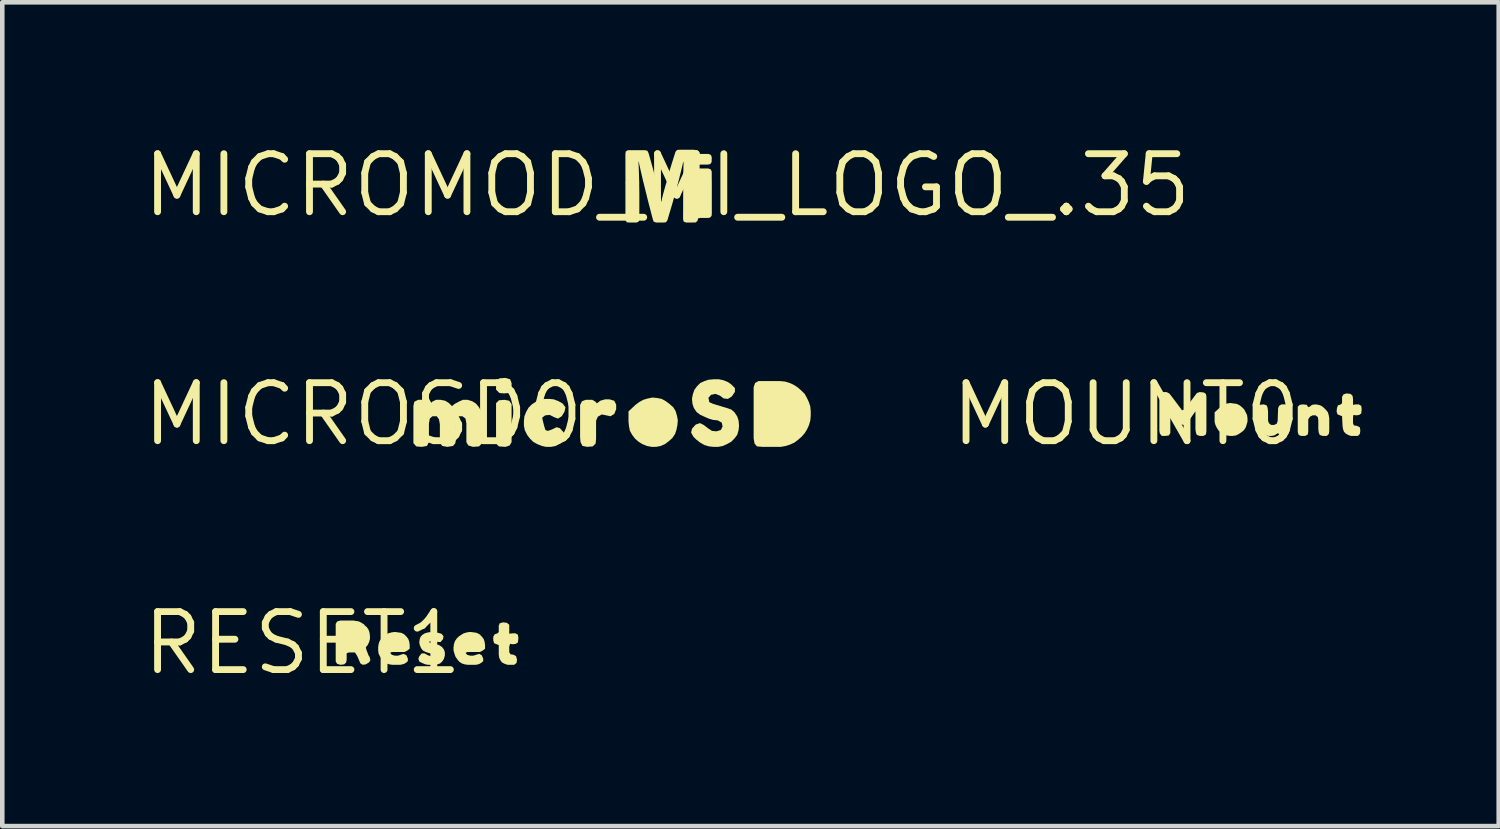
<source format=kicad_pcb>
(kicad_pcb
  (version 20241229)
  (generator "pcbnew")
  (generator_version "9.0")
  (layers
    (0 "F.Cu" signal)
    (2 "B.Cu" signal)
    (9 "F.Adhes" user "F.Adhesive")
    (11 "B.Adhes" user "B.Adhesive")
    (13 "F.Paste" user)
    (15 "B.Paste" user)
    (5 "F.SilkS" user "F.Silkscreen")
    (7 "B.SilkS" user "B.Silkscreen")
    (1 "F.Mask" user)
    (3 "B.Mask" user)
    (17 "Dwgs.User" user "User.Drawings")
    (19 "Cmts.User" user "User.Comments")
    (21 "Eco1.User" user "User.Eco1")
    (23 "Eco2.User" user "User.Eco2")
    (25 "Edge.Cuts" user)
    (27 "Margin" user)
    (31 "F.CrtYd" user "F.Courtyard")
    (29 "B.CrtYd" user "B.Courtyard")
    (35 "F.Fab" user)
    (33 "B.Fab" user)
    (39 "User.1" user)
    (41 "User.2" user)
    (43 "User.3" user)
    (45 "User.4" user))
  (footprint "MOUNT0"
    (layer "F.Cu")
    (at 21.609 6.019)
    (property "Reference" "MOUNT0" (at 0 0 0) (layer "F.SilkS") (effects (font (size 1.27 1.27) (thickness 0.15))))
    (fp_poly (pts (xy 2.351 -0.235) (xy 2.422 -0.225) (xy 2.483 -0.194) (xy 2.533 -0.154) (xy 2.584 -0.103) (xy 2.645 0.018) (xy 2.655 0.09) (xy 2.655 0.161) (xy 2.635 0.231) (xy 2.615 0.292) (xy 2.574 0.353) (xy 2.523 0.394) (xy 2.463 0.434) (xy 2.402 0.465) (xy 2.33 0.475) (xy 2.27 0.475) (xy 2.199 0.465) (xy 2.142 0.446) (xy 2.142 0.447) (xy 2.138 0.445) (xy 2.133 0.443) (xy 2.133 0.442) (xy 2.077 0.404) (xy 2.026 0.363) (xy 1.986 0.303) (xy 1.955 0.242) (xy 1.935 0.171) (xy 1.935 -0.042) (xy 2.037 -0.134) (xy 2.087 -0.184) (xy 2.148 -0.215) (xy 2.209 -0.235) (xy 2.28 -0.245)) (stroke (width 0) (type solid)) (fill yes) (layer "F.SilkS"))
    (fp_poly (pts (xy 4.211 -0.205) (xy 4.272 -0.184) (xy 4.323 -0.144) (xy 4.374 -0.093) (xy 4.415 -0.042) (xy 4.435 0.029) (xy 4.445 0.09) (xy 4.445 0.37) (xy 4.435 0.432) (xy 4.392 0.475) (xy 4.299 0.475) (xy 4.236 0.454) (xy 4.215 0.401) (xy 4.205 0.33) (xy 4.205 0.13) (xy 4.195 0.063) (xy 4.148 0.025) (xy 4.081 0.025) (xy 4.023 0.054) (xy 3.985 0.112) (xy 3.985 0.38) (xy 3.975 0.443) (xy 3.921 0.475) (xy 3.829 0.475) (xy 3.776 0.454) (xy 3.755 0.391) (xy 3.755 -0.162) (xy 3.798 -0.205) (xy 3.87 -0.215) (xy 3.953 -0.205) (xy 3.982 -0.156) (xy 4.018 -0.165) (xy 4.068 -0.205) (xy 4.14 -0.215)) (stroke (width 0) (type solid)) (fill yes) (layer "F.SilkS"))
    (fp_poly (pts (xy 1.702 -0.475) (xy 1.745 -0.443) (xy 1.755 -0.38) (xy 1.755 0.37) (xy 1.745 0.443) (xy 1.691 0.475) (xy 1.609 0.475) (xy 1.546 0.454) (xy 1.525 0.401) (xy 1.515 0.33) (xy 1.515 -0.064) (xy 1.364 0.153) (xy 1.333 0.194) (xy 1.271 0.235) (xy 1.198 0.225) (xy 1.146 0.184) (xy 0.966 -0.057) (xy 0.965 -0.058) (xy 0.965 0.411) (xy 0.933 0.465) (xy 0.86 0.475) (xy 0.778 0.475) (xy 0.735 0.422) (xy 0.725 0.36) (xy 0.725 -0.391) (xy 0.746 -0.453) (xy 0.799 -0.485) (xy 0.881 -0.485) (xy 0.943 -0.454) (xy 0.984 -0.403) (xy 1.222 -0.086) (xy 1.277 -0.104) (xy 1.426 -0.303) (xy 1.547 -0.464) (xy 1.609 -0.485)) (stroke (width 0) (type solid)) (fill yes) (layer "F.SilkS"))
    (fp_poly (pts (xy 3.074 -0.194) (xy 3.095 -0.141) (xy 3.105 -0.06) (xy 3.105 0.139) (xy 3.124 0.197) (xy 3.172 0.235) (xy 3.239 0.235) (xy 3.296 0.206) (xy 3.315 0.149) (xy 3.325 -0.131) (xy 3.346 -0.183) (xy 3.399 -0.215) (xy 3.491 -0.215) (xy 3.544 -0.183) (xy 3.565 -0.121) (xy 3.565 0.36) (xy 3.555 0.422) (xy 3.512 0.475) (xy 3.43 0.475) (xy 3.357 0.465) (xy 3.328 0.416) (xy 3.302 0.425) (xy 3.242 0.465) (xy 3.18 0.475) (xy 3.109 0.475) (xy 3.038 0.444) (xy 2.987 0.414) (xy 2.936 0.363) (xy 2.905 0.302) (xy 2.885 0.241) (xy 2.865 0.171) (xy 2.865 -0.11) (xy 2.875 -0.173) (xy 2.918 -0.205) (xy 3.011 -0.215)) (stroke (width 0) (type solid)) (fill yes) (layer "F.SilkS"))
    (fp_poly (pts (xy 4.912 -0.445) (xy 4.955 -0.402) (xy 4.965 -0.34) (xy 4.965 -0.206) (xy 5.03 -0.215) (xy 5.091 -0.215) (xy 5.145 -0.183) (xy 5.155 -0.11) (xy 5.145 -0.017) (xy 5.102 0.015) (xy 5.04 0.025) (xy 4.974 0.016) (xy 4.965 0.07) (xy 4.965 0.199) (xy 4.984 0.245) (xy 5.052 0.255) (xy 5.115 0.287) (xy 5.125 0.36) (xy 5.115 0.432) (xy 5.072 0.475) (xy 4.919 0.475) (xy 4.858 0.455) (xy 4.807 0.424) (xy 4.766 0.383) (xy 4.745 0.321) (xy 4.735 0.25) (xy 4.725 0.043) (xy 4.626 0.004) (xy 4.605 -0.059) (xy 4.615 -0.141) (xy 4.636 -0.194) (xy 4.697 -0.214) (xy 4.725 -0.242) (xy 4.725 -0.381) (xy 4.757 -0.434) (xy 4.819 -0.455)) (stroke (width 0) (type solid)) (fill yes) (layer "F.SilkS")))
  (footprint "RESET1"
    (layer "F.Cu")
    (at 3.575 11.031)
    (property "Reference" "RESET1" (at 0 0 0) (layer "F.SilkS") (effects (font (size 1.27 1.27) (thickness 0.15))))
    (fp_poly (pts (xy 1.171 -0.485) (xy 1.232 -0.475) (xy 1.293 -0.444) (xy 1.358 -0.401) (xy 1.352 -0.395) (xy 1.404 -0.353) (xy 1.445 -0.292) (xy 1.465 -0.231) (xy 1.475 -0.16) (xy 1.475 -0.089) (xy 1.455 -0.018) (xy 1.424 0.043) (xy 1.385 0.091) (xy 1.395 0.139) (xy 1.444 0.268) (xy 1.465 0.298) (xy 1.485 0.371) (xy 1.454 0.424) (xy 1.382 0.465) (xy 1.319 0.475) (xy 1.266 0.443) (xy 1.196 0.282) (xy 1.147 0.205) (xy 1.011 0.205) (xy 0.965 0.223) (xy 0.965 0.36) (xy 0.955 0.422) (xy 0.912 0.465) (xy 0.83 0.475) (xy 0.757 0.454) (xy 0.725 0.401) (xy 0.725 -0.421) (xy 0.757 -0.474) (xy 0.829 -0.495) (xy 1.11 -0.495)) (stroke (width 0) (type solid)) (fill yes) (layer "F.SilkS"))
    (fp_poly (pts (xy 4.472 -0.445) (xy 4.525 -0.402) (xy 4.525 -0.206) (xy 4.6 -0.215) (xy 4.661 -0.215) (xy 4.715 -0.183) (xy 4.725 -0.11) (xy 4.715 -0.017) (xy 4.672 0.015) (xy 4.61 0.025) (xy 4.543 0.016) (xy 4.525 0.071) (xy 4.525 0.199) (xy 4.553 0.245) (xy 4.622 0.255) (xy 4.674 0.287) (xy 4.695 0.36) (xy 4.685 0.433) (xy 4.632 0.475) (xy 4.489 0.475) (xy 4.428 0.455) (xy 4.367 0.424) (xy 4.336 0.383) (xy 4.305 0.322) (xy 4.295 0.25) (xy 4.295 0.043) (xy 4.196 0.004) (xy 4.175 -0.059) (xy 4.175 -0.141) (xy 4.207 -0.194) (xy 4.267 -0.214) (xy 4.295 -0.242) (xy 4.295 -0.381) (xy 4.316 -0.434) (xy 4.39 -0.455)) (stroke (width 0) (type solid)) (fill yes) (layer "F.SilkS"))
    (fp_poly (pts (xy 3.751 -0.235) (xy 3.812 -0.225) (xy 3.873 -0.194) (xy 3.924 -0.143) (xy 3.964 -0.092) (xy 3.985 -0.031) (xy 3.995 0.04) (xy 3.995 0.122) (xy 3.943 0.164) (xy 3.881 0.195) (xy 3.611 0.195) (xy 3.568 0.212) (xy 3.603 0.256) (xy 3.671 0.275) (xy 3.739 0.275) (xy 3.799 0.255) (xy 3.871 0.235) (xy 3.924 0.267) (xy 3.955 0.339) (xy 3.955 0.392) (xy 3.923 0.424) (xy 3.872 0.455) (xy 3.801 0.475) (xy 3.62 0.475) (xy 3.549 0.465) (xy 3.488 0.445) (xy 3.427 0.404) (xy 3.386 0.353) (xy 3.345 0.292) (xy 3.325 0.231) (xy 3.305 0.161) (xy 3.305 0.09) (xy 3.315 0.019) (xy 3.335 -0.042) (xy 3.376 -0.103) (xy 3.417 -0.144) (xy 3.477 -0.184) (xy 3.528 -0.215) (xy 3.599 -0.235) (xy 3.67 -0.245)) (stroke (width 0) (type solid)) (fill yes) (layer "F.SilkS"))
    (fp_poly (pts (xy 2.091 -0.235) (xy 2.162 -0.225) (xy 2.223 -0.194) (xy 2.274 -0.143) (xy 2.314 -0.092) (xy 2.335 -0.031) (xy 2.345 0.04) (xy 2.345 0.122) (xy 2.293 0.164) (xy 2.231 0.195) (xy 1.956 0.195) (xy 1.956 0.193) (xy 1.956 0.193) (xy 1.918 0.212) (xy 1.953 0.256) (xy 2.021 0.275) (xy 2.089 0.275) (xy 2.21 0.235) (xy 2.274 0.266) (xy 2.305 0.339) (xy 2.305 0.392) (xy 2.273 0.424) (xy 2.222 0.455) (xy 2.141 0.475) (xy 1.97 0.475) (xy 1.899 0.465) (xy 1.838 0.445) (xy 1.777 0.404) (xy 1.736 0.353) (xy 1.696 0.293) (xy 1.665 0.232) (xy 1.655 0.16) (xy 1.655 0.09) (xy 1.665 0.019) (xy 1.685 -0.042) (xy 1.726 -0.103) (xy 1.767 -0.144) (xy 1.817 -0.184) (xy 1.878 -0.215) (xy 1.949 -0.235) (xy 2.02 -0.245)) (stroke (width 0) (type solid)) (fill yes) (layer "F.SilkS"))
    (fp_poly (pts (xy 2.901 -0.235) (xy 2.971 -0.225) (xy 3.043 -0.204) (xy 3.085 -0.151) (xy 3.075 -0.088) (xy 3.022 -0.025) (xy 2.969 -0.025) (xy 2.899 -0.045) (xy 2.83 -0.055) (xy 2.776 -0.037) (xy 2.784 -0.004) (xy 2.861 0.015) (xy 2.931 0.025) (xy 2.992 0.045) (xy 3.053 0.086) (xy 3.094 0.138) (xy 3.115 0.199) (xy 3.115 0.271) (xy 3.095 0.342) (xy 3.064 0.393) (xy 3.013 0.444) (xy 2.951 0.465) (xy 2.89 0.475) (xy 2.75 0.475) (xy 2.689 0.465) (xy 2.618 0.435) (xy 2.556 0.404) (xy 2.535 0.34) (xy 2.556 0.287) (xy 2.608 0.225) (xy 2.671 0.225) (xy 2.742 0.265) (xy 2.801 0.285) (xy 2.877 0.275) (xy 2.892 0.253) (xy 2.839 0.235) (xy 2.759 0.215) (xy 2.698 0.195) (xy 2.637 0.164) (xy 2.596 0.113) (xy 2.565 0.041) (xy 2.555 -0.02) (xy 2.565 -0.091) (xy 2.586 -0.143) (xy 2.627 -0.184) (xy 2.678 -0.215) (xy 2.749 -0.235) (xy 2.84 -0.245)) (stroke (width 0) (type solid)) (fill yes) (layer "F.SilkS")))
  (footprint "MICROSD0"
    (layer "F.Cu")
    (at 4.906 6.019)
    (property "Reference" "MICROSD0" (at 0 0 0) (layer "F.SilkS") (effects (font (size 1.27 1.27) (thickness 0.15))))
    (fp_poly (pts (xy 3.193 -0.295) (xy 3.245 -0.222) (xy 3.245 0.611) (xy 3.203 0.684) (xy 3.111 0.715) (xy 2.968 0.705) (xy 2.905 0.642) (xy 2.905 -0.242) (xy 2.968 -0.305) (xy 3.09 -0.315)) (stroke (width 0) (type solid)) (fill yes) (layer "F.SilkS"))
    (fp_poly (pts (xy 3.214 -0.764) (xy 3.245 -0.681) (xy 3.245 -0.569) (xy 3.214 -0.476) (xy 3.181 -0.465) (xy 3.08 -0.455) (xy 2.978 -0.465) (xy 2.905 -0.538) (xy 2.905 -0.64) (xy 2.915 -0.733) (xy 2.978 -0.785) (xy 3.111 -0.795)) (stroke (width 0) (type solid)) (fill yes) (layer "F.SilkS"))
    (fp_poly (pts (xy 5.494 -0.294) (xy 5.535 -0.211) (xy 5.535 -0.109) (xy 5.494 -0.007) (xy 5.411 0.045) (xy 5.319 0.025) (xy 5.221 0.005) (xy 5.134 0.054) (xy 5.095 0.141) (xy 5.095 0.54) (xy 5.085 0.642) (xy 5.022 0.705) (xy 4.9 0.715) (xy 4.797 0.694) (xy 4.755 0.611) (xy 4.745 0.51) (xy 4.745 -0.201) (xy 4.786 -0.284) (xy 4.869 -0.315) (xy 5.011 -0.315) (xy 5.083 -0.274) (xy 5.111 -0.237) (xy 5.188 -0.295) (xy 5.289 -0.325) (xy 5.391 -0.325)) (stroke (width 0) (type solid)) (fill yes) (layer "F.SilkS"))
    (fp_poly (pts (xy 9.231 -0.715) (xy 9.332 -0.685) (xy 9.422 -0.644) (xy 9.513 -0.584) (xy 9.593 -0.514) (xy 9.664 -0.443) (xy 9.714 -0.352) (xy 9.755 -0.262) (xy 9.785 -0.171) (xy 9.795 -0.06) (xy 9.795 0.04) (xy 9.785 0.141) (xy 9.755 0.242) (xy 9.714 0.332) (xy 9.664 0.413) (xy 9.594 0.494) (xy 9.513 0.564) (xy 9.433 0.624) (xy 9.346 0.663) (xy 9.347 0.663) (xy 9.342 0.665) (xy 9.337 0.667) (xy 9.337 0.666) (xy 9.251 0.695) (xy 9.14 0.715) (xy 8.74 0.715) (xy 8.617 0.705) (xy 8.565 0.642) (xy 8.545 0.53) (xy 8.545 -0.591) (xy 8.576 -0.683) (xy 8.649 -0.725) (xy 9.13 -0.725)) (stroke (width 0) (type solid)) (fill yes) (layer "F.SilkS"))
    (fp_poly (pts (xy 6.431 -0.355) (xy 6.532 -0.335) (xy 6.623 -0.284) (xy 6.703 -0.224) (xy 6.784 -0.153) (xy 6.835 -0.072) (xy 6.865 0.029) (xy 6.885 0.13) (xy 6.875 0.241) (xy 6.855 0.341) (xy 6.825 0.432) (xy 6.764 0.523) (xy 6.683 0.594) (xy 6.603 0.654) (xy 6.512 0.695) (xy 6.41 0.715) (xy 6.31 0.715) (xy 6.209 0.695) (xy 6.112 0.656) (xy 6.112 0.657) (xy 6.108 0.654) (xy 6.103 0.652) (xy 6.103 0.652) (xy 6.027 0.604) (xy 5.946 0.533) (xy 5.886 0.453) (xy 5.835 0.362) (xy 5.815 0.261) (xy 5.805 0.16) (xy 5.805 -0.062) (xy 5.957 -0.204) (xy 6.037 -0.264) (xy 6.128 -0.315) (xy 6.229 -0.345) (xy 6.33 -0.365)) (stroke (width 0) (type solid)) (fill yes) (layer "F.SilkS"))
    (fp_poly (pts (xy 4.171 -0.325) (xy 4.272 -0.285) (xy 4.363 -0.234) (xy 4.425 -0.151) (xy 4.405 -0.058) (xy 4.344 0.044) (xy 4.261 0.096) (xy 4.178 0.065) (xy 4.079 0.015) (xy 3.982 0.025) (xy 3.904 0.083) (xy 3.865 0.171) (xy 3.865 0.268) (xy 3.942 0.336) (xy 4.04 0.365) (xy 4.128 0.335) (xy 4.23 0.285) (xy 4.303 0.306) (xy 4.384 0.397) (xy 4.425 0.49) (xy 4.394 0.573) (xy 4.303 0.644) (xy 4.212 0.695) (xy 4.11 0.715) (xy 3.999 0.715) (xy 3.909 0.695) (xy 3.808 0.655) (xy 3.717 0.604) (xy 3.646 0.533) (xy 3.586 0.453) (xy 3.535 0.352) (xy 3.515 0.25) (xy 3.515 0.15) (xy 3.525 0.049) (xy 3.565 -0.052) (xy 3.616 -0.143) (xy 3.687 -0.214) (xy 3.778 -0.274) (xy 3.868 -0.315) (xy 3.97 -0.335) (xy 4.07 -0.335)) (stroke (width 0) (type solid)) (fill yes) (layer "F.SilkS"))
    (fp_poly (pts (xy 1.404 -0.284) (xy 1.432 -0.19) (xy 1.507 -0.274) (xy 1.589 -0.315) (xy 1.69 -0.315) (xy 1.792 -0.295) (xy 1.873 -0.244) (xy 1.94 -0.177) (xy 1.997 -0.224) (xy 2.088 -0.274) (xy 2.179 -0.315) (xy 2.281 -0.315) (xy 2.382 -0.285) (xy 2.463 -0.234) (xy 2.524 -0.163) (xy 2.565 -0.092) (xy 2.595 0.009) (xy 2.605 0.12) (xy 2.605 0.55) (xy 2.595 0.642) (xy 2.532 0.705) (xy 2.399 0.715) (xy 2.297 0.684) (xy 2.255 0.611) (xy 2.255 0.2) (xy 2.235 0.093) (xy 2.168 0.045) (xy 2.073 0.045) (xy 2.035 0.121) (xy 2.025 0.23) (xy 2.025 0.53) (xy 2.015 0.632) (xy 1.963 0.695) (xy 1.84 0.715) (xy 1.727 0.695) (xy 1.675 0.622) (xy 1.675 0.22) (xy 1.655 0.112) (xy 1.607 0.045) (xy 1.512 0.045) (xy 1.455 0.093) (xy 1.435 0.21) (xy 1.435 0.611) (xy 1.393 0.694) (xy 1.28 0.715) (xy 1.158 0.705) (xy 1.095 0.632) (xy 1.095 -0.181) (xy 1.116 -0.273) (xy 1.199 -0.315) (xy 1.321 -0.315)) (stroke (width 0) (type solid)) (fill yes) (layer "F.SilkS"))
    (fp_poly (pts (xy 7.881 -0.745) (xy 7.982 -0.704) (xy 8.053 -0.654) (xy 8.135 -0.572) (xy 8.135 -0.488) (xy 8.064 -0.386) (xy 7.981 -0.335) (xy 7.888 -0.345) (xy 7.808 -0.406) (xy 7.71 -0.445) (xy 7.613 -0.425) (xy 7.555 -0.359) (xy 7.574 -0.264) (xy 7.662 -0.225) (xy 7.861 -0.165) (xy 7.962 -0.135) (xy 8.053 -0.104) (xy 8.124 -0.043) (xy 8.185 0.048) (xy 8.215 0.139) (xy 8.225 0.25) (xy 8.215 0.351) (xy 8.185 0.452) (xy 8.124 0.533) (xy 8.053 0.604) (xy 7.962 0.654) (xy 7.872 0.695) (xy 7.77 0.715) (xy 7.67 0.715) (xy 7.569 0.705) (xy 7.468 0.675) (xy 7.377 0.624) (xy 7.287 0.554) (xy 7.226 0.493) (xy 7.175 0.401) (xy 7.195 0.318) (xy 7.277 0.226) (xy 7.37 0.195) (xy 7.453 0.236) (xy 7.543 0.306) (xy 7.632 0.365) (xy 7.73 0.375) (xy 7.826 0.346) (xy 7.865 0.269) (xy 7.846 0.183) (xy 7.758 0.135) (xy 7.659 0.125) (xy 7.558 0.095) (xy 7.468 0.055) (xy 7.377 0.014) (xy 7.296 -0.047) (xy 7.235 -0.138) (xy 7.205 -0.229) (xy 7.195 -0.34) (xy 7.215 -0.441) (xy 7.246 -0.532) (xy 7.306 -0.613) (xy 7.377 -0.684) (xy 7.468 -0.725) (xy 7.559 -0.755) (xy 7.67 -0.765) (xy 7.78 -0.765)) (stroke (width 0) (type solid)) (fill yes) (layer "F.SilkS")))
  (footprint "MICROMOD_MI_LOGO_.35"
    (layer "F.Cu")
    (at 11.558 1.006)
    (property "Reference" "MICROMOD_MI_LOGO_.35" (at 0 0 0) (layer "F.SilkS") (effects (font (size 1.27 1.27) (thickness 0.15))))
    (fp_poly (pts (xy -0.613 -0.051) (xy -0.61 0.161) (xy -0.61 0.738) (xy -0.62 0.792) (xy -0.668 0.816) (xy -0.826 0.816) (xy -0.881 0.812) (xy -0.914 0.769) (xy -0.915 -0.076) (xy -0.646 -0.076)) (stroke (width 0) (type solid)) (fill yes) (layer "F.SilkS"))
    (fp_poly (pts (xy 0.389 -0.076) (xy 0.976 -0.076) (xy 0.977 -0.018) (xy 0.977 0.617) (xy 0.972 0.672) (xy 0.933 0.711) (xy 0.879 0.716) (xy 0.72 0.716) (xy 0.675 0.727) (xy 0.665 0.776) (xy 0.626 0.814) (xy 0.572 0.816) (xy 0.412 0.816) (xy 0.361 0.796) (xy 0.348 0.743) (xy 0.351 -0.082)) (stroke (width 0) (type solid)) (fill yes) (layer "F.SilkS"))
    (fp_poly (pts (xy -0.434 -0.755) (xy -0.409 -0.706) (xy -0.379 -0.603) (xy -0.308 -0.348) (xy -0.235 -0.071) (xy -0.274 -0.065) (xy -0.488 -0.065) (xy -0.527 -0.089) (xy -0.587 -0.35) (xy -0.621 -0.504) (xy -0.63 -0.522) (xy -0.625 -0.438) (xy -0.619 -0.279) (xy -0.614 -0.12) (xy -0.612 -0.044) (xy -0.888 -0.065) (xy -0.914 -0.065) (xy -0.915 -0.685) (xy -0.907 -0.74) (xy -0.86 -0.767) (xy -0.487 -0.768)) (stroke (width 0) (type solid)) (fill yes) (layer "F.SilkS"))
    (fp_poly (pts (xy -0.235 -0.075) (xy -0.219 -0.021) (xy -0.194 0.082) (xy -0.129 0.367) (xy -0.112 0.285) (xy -0.086 0.182) (xy -0.029 -0.023) (xy -0.011 -0.076) (xy 0.207 -0.076) (xy 0.239 -0.054) (xy 0.125 0.36) (xy 0.004 0.769) (xy -0.029 0.812) (xy -0.084 0.816) (xy -0.245 0.816) (xy -0.295 0.797) (xy -0.315 0.745) (xy -0.342 0.642) (xy -0.422 0.333) (xy -0.511 -0.028) (xy -0.527 -0.093)) (stroke (width 0) (type solid)) (fill yes) (layer "F.SilkS"))
    (fp_poly (pts (xy 0.642 -0.767) (xy 0.665 -0.719) (xy 0.694 -0.686) (xy 0.904 -0.686) (xy 0.955 -0.665) (xy 0.976 -0.615) (xy 0.973 -0.506) (xy 0.941 -0.462) (xy 0.887 -0.452) (xy 0.728 -0.452) (xy 0.68 -0.448) (xy 0.666 -0.405) (xy 0.688 -0.368) (xy 0.897 -0.367) (xy 0.949 -0.351) (xy 0.975 -0.303) (xy 0.976 -0.068) (xy 0.937 -0.066) (xy 0.35 -0.066) (xy 0.353 -0.282) (xy 0.358 -0.493) (xy 0.357 -0.518) (xy 0.347 -0.495) (xy 0.311 -0.341) (xy 0.236 -0.041) (xy 0.198 -0.066) (xy -0.012 -0.071) (xy -0.001 -0.128) (xy 0.009 -0.174) (xy 0.086 -0.428) (xy 0.181 -0.731) (xy 0.216 -0.773) (xy 0.27 -0.777) (xy 0.588 -0.777)) (stroke (width 0) (type solid)) (fill yes) (layer "F.SilkS")))
  (gr_rect
    (start -3 -3)
    (end 29.764 15.037)
    (stroke (width 0.1) (type default))
    (fill no)
    (layer "Edge.Cuts")))
</source>
